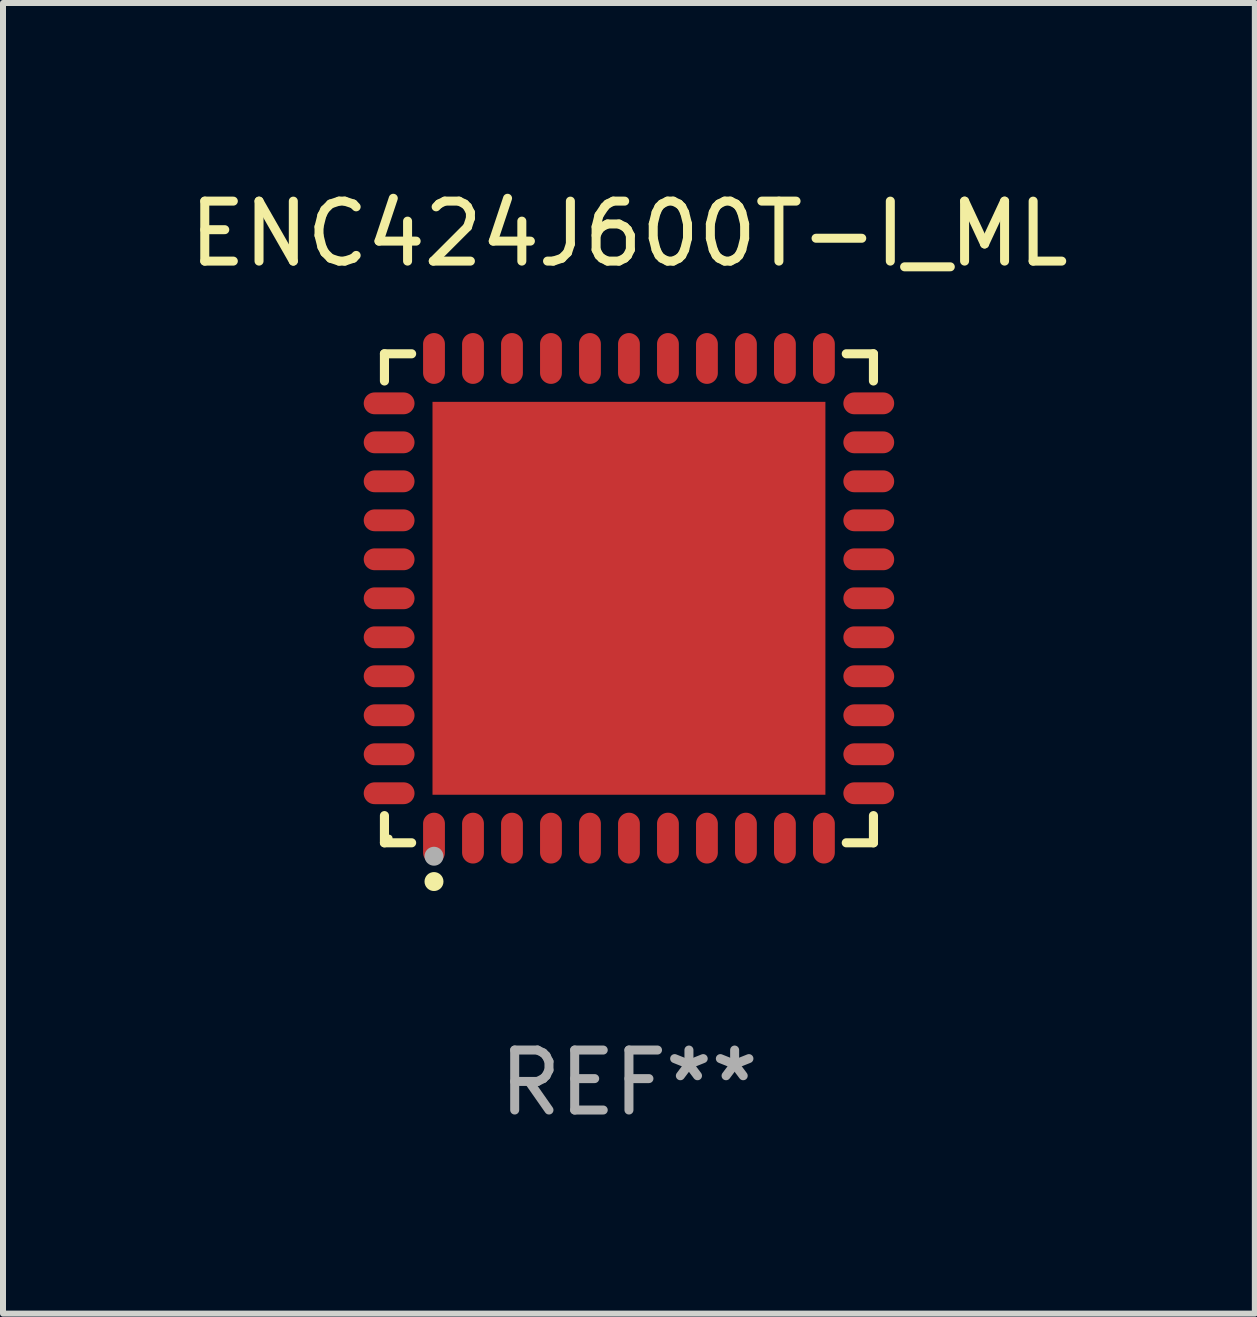
<source format=kicad_pcb>
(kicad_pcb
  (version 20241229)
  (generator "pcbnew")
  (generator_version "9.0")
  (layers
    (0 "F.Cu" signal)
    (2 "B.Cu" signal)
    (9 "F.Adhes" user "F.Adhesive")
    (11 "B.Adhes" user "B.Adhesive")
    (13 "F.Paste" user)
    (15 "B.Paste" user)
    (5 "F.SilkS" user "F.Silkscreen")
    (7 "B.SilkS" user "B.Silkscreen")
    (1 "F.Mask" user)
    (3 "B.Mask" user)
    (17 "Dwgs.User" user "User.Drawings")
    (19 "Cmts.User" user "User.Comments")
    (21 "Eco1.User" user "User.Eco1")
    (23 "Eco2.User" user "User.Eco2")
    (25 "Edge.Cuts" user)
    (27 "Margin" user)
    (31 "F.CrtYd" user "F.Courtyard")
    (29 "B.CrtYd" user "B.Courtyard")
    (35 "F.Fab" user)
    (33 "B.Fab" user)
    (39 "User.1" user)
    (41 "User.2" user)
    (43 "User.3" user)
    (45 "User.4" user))
  (footprint "ENC424J600T-I_ML"
    (layer "F.Cu")
    (at 7.435 6.924)
    (property "Reference" "ENC424J600T-I_ML" (at 0 -6.076 0) (layer "F.SilkS") (effects (font (size 1 1) (thickness 0.15))))
    (attr through_hole)
    (fp_line (start -4.076 -4.076) (end -3.623 -4.076) (stroke (width 0.152) (type solid)) (layer "F.SilkS"))
    (fp_line (start -4.076 -3.623) (end -4.076 -4.076) (stroke (width 0.152) (type solid)) (layer "F.SilkS"))
    (fp_line (start -4.076 3.623) (end -4.076 4.076) (stroke (width 0.152) (type solid)) (layer "F.SilkS"))
    (fp_line (start -4.076 4.076) (end -3.623 4.076) (stroke (width 0.152) (type solid)) (layer "F.SilkS"))
    (fp_line (start 4.076 -4.076) (end 3.623 -4.076) (stroke (width 0.152) (type solid)) (layer "F.SilkS"))
    (fp_line (start 4.076 -3.623) (end 4.076 -4.076) (stroke (width 0.152) (type solid)) (layer "F.SilkS"))
    (fp_line (start 4.076 3.623) (end 4.076 4.076) (stroke (width 0.152) (type solid)) (layer "F.SilkS"))
    (fp_line (start 4.076 4.076) (end 3.623 4.076) (stroke (width 0.152) (type solid)) (layer "F.SilkS"))
    (fp_circle (center -4 4) (end -3.97 4) (stroke (width 0.06) (type solid)) (fill no) (layer "F.SilkS"))
    (fp_circle (center -3.25 4.722) (end -3.171 4.722) (stroke (width 0.158) (type solid)) (fill no) (layer "F.SilkS"))
    (fp_circle (center -3.25 4.3) (end -3.171 4.3) (stroke (width 0.158) (type solid)) (fill no) (layer "F.Fab"))
    (fp_text user "REF**" (at 0 8.076 0) (layer "F.Fab") (effects (font (size 1 1) (thickness 0.15))))
    (pad "1" smd oval (at -3.25 3.998) (size 0.364 0.847) (layers "F.Cu" "F.Mask" "F.Paste"))
    (pad "2" smd oval (at -2.6 3.998) (size 0.364 0.847) (layers "F.Cu" "F.Mask" "F.Paste"))
    (pad "3" smd oval (at -1.95 3.998) (size 0.364 0.847) (layers "F.Cu" "F.Mask" "F.Paste"))
    (pad "4" smd oval (at -1.3 3.998) (size 0.364 0.847) (layers "F.Cu" "F.Mask" "F.Paste"))
    (pad "5" smd oval (at -0.65 3.998) (size 0.364 0.847) (layers "F.Cu" "F.Mask" "F.Paste"))
    (pad "6" smd oval (at 0 3.998) (size 0.364 0.847) (layers "F.Cu" "F.Mask" "F.Paste"))
    (pad "7" smd oval (at 0.65 3.998) (size 0.364 0.847) (layers "F.Cu" "F.Mask" "F.Paste"))
    (pad "8" smd oval (at 1.3 3.998) (size 0.364 0.847) (layers "F.Cu" "F.Mask" "F.Paste"))
    (pad "9" smd oval (at 1.95 3.998) (size 0.364 0.847) (layers "F.Cu" "F.Mask" "F.Paste"))
    (pad "10" smd oval (at 2.6 3.998) (size 0.364 0.847) (layers "F.Cu" "F.Mask" "F.Paste"))
    (pad "11" smd oval (at 3.25 3.998) (size 0.364 0.847) (layers "F.Cu" "F.Mask" "F.Paste"))
    (pad "12" smd oval (at 3.998 3.25) (size 0.847 0.364) (layers "F.Cu" "F.Mask" "F.Paste"))
    (pad "13" smd oval (at 3.998 2.6) (size 0.847 0.364) (layers "F.Cu" "F.Mask" "F.Paste"))
    (pad "14" smd oval (at 3.998 1.95) (size 0.847 0.364) (layers "F.Cu" "F.Mask" "F.Paste"))
    (pad "15" smd oval (at 3.998 1.3) (size 0.847 0.364) (layers "F.Cu" "F.Mask" "F.Paste"))
    (pad "16" smd oval (at 3.998 0.65) (size 0.847 0.364) (layers "F.Cu" "F.Mask" "F.Paste"))
    (pad "17" smd oval (at 3.998 0) (size 0.847 0.364) (layers "F.Cu" "F.Mask" "F.Paste"))
    (pad "18" smd oval (at 3.998 -0.65) (size 0.847 0.364) (layers "F.Cu" "F.Mask" "F.Paste"))
    (pad "19" smd oval (at 3.998 -1.3) (size 0.847 0.364) (layers "F.Cu" "F.Mask" "F.Paste"))
    (pad "20" smd oval (at 3.998 -1.95) (size 0.847 0.364) (layers "F.Cu" "F.Mask" "F.Paste"))
    (pad "21" smd oval (at 3.998 -2.6) (size 0.847 0.364) (layers "F.Cu" "F.Mask" "F.Paste"))
    (pad "22" smd oval (at 3.998 -3.25) (size 0.847 0.364) (layers "F.Cu" "F.Mask" "F.Paste"))
    (pad "23" smd oval (at 3.25 -3.998) (size 0.364 0.847) (layers "F.Cu" "F.Mask" "F.Paste"))
    (pad "24" smd oval (at 2.6 -3.998) (size 0.364 0.847) (layers "F.Cu" "F.Mask" "F.Paste"))
    (pad "25" smd oval (at 1.95 -3.998) (size 0.364 0.847) (layers "F.Cu" "F.Mask" "F.Paste"))
    (pad "26" smd oval (at 1.3 -3.998) (size 0.364 0.847) (layers "F.Cu" "F.Mask" "F.Paste"))
    (pad "27" smd oval (at 0.65 -3.998) (size 0.364 0.847) (layers "F.Cu" "F.Mask" "F.Paste"))
    (pad "28" smd oval (at 0 -3.998) (size 0.364 0.847) (layers "F.Cu" "F.Mask" "F.Paste"))
    (pad "29" smd oval (at -0.65 -3.998) (size 0.364 0.847) (layers "F.Cu" "F.Mask" "F.Paste"))
    (pad "30" smd oval (at -1.3 -3.998) (size 0.364 0.847) (layers "F.Cu" "F.Mask" "F.Paste"))
    (pad "31" smd oval (at -1.95 -3.998) (size 0.364 0.847) (layers "F.Cu" "F.Mask" "F.Paste"))
    (pad "32" smd oval (at -2.6 -3.998) (size 0.364 0.847) (layers "F.Cu" "F.Mask" "F.Paste"))
    (pad "33" smd oval (at -3.25 -3.998) (size 0.364 0.847) (layers "F.Cu" "F.Mask" "F.Paste"))
    (pad "34" smd oval (at -3.998 -3.25) (size 0.847 0.364) (layers "F.Cu" "F.Mask" "F.Paste"))
    (pad "35" smd oval (at -3.998 -2.6) (size 0.847 0.364) (layers "F.Cu" "F.Mask" "F.Paste"))
    (pad "36" smd oval (at -3.998 -1.95) (size 0.847 0.364) (layers "F.Cu" "F.Mask" "F.Paste"))
    (pad "37" smd oval (at -3.998 -1.3) (size 0.847 0.364) (layers "F.Cu" "F.Mask" "F.Paste"))
    (pad "38" smd oval (at -3.998 -0.65) (size 0.847 0.364) (layers "F.Cu" "F.Mask" "F.Paste"))
    (pad "39" smd oval (at -3.998 0) (size 0.847 0.364) (layers "F.Cu" "F.Mask" "F.Paste"))
    (pad "40" smd oval (at -3.998 0.65) (size 0.847 0.364) (layers "F.Cu" "F.Mask" "F.Paste"))
    (pad "41" smd oval (at -3.998 1.3) (size 0.847 0.364) (layers "F.Cu" "F.Mask" "F.Paste"))
    (pad "42" smd oval (at -3.998 1.95) (size 0.847 0.364) (layers "F.Cu" "F.Mask" "F.Paste"))
    (pad "43" smd oval (at -3.998 2.6) (size 0.847 0.364) (layers "F.Cu" "F.Mask" "F.Paste"))
    (pad "44" smd oval (at -3.998 3.25) (size 0.847 0.364) (layers "F.Cu" "F.Mask" "F.Paste"))
    (pad "45" smd rect (at 0 0) (size 6.55 6.55) (layers "F.Cu" "F.Mask" "F.Paste")))
  (gr_rect
    (start -3 -3)
    (end 17.869 18.849)
    (stroke (width 0.1) (type default))
    (fill no)
    (layer "Edge.Cuts")))
</source>
